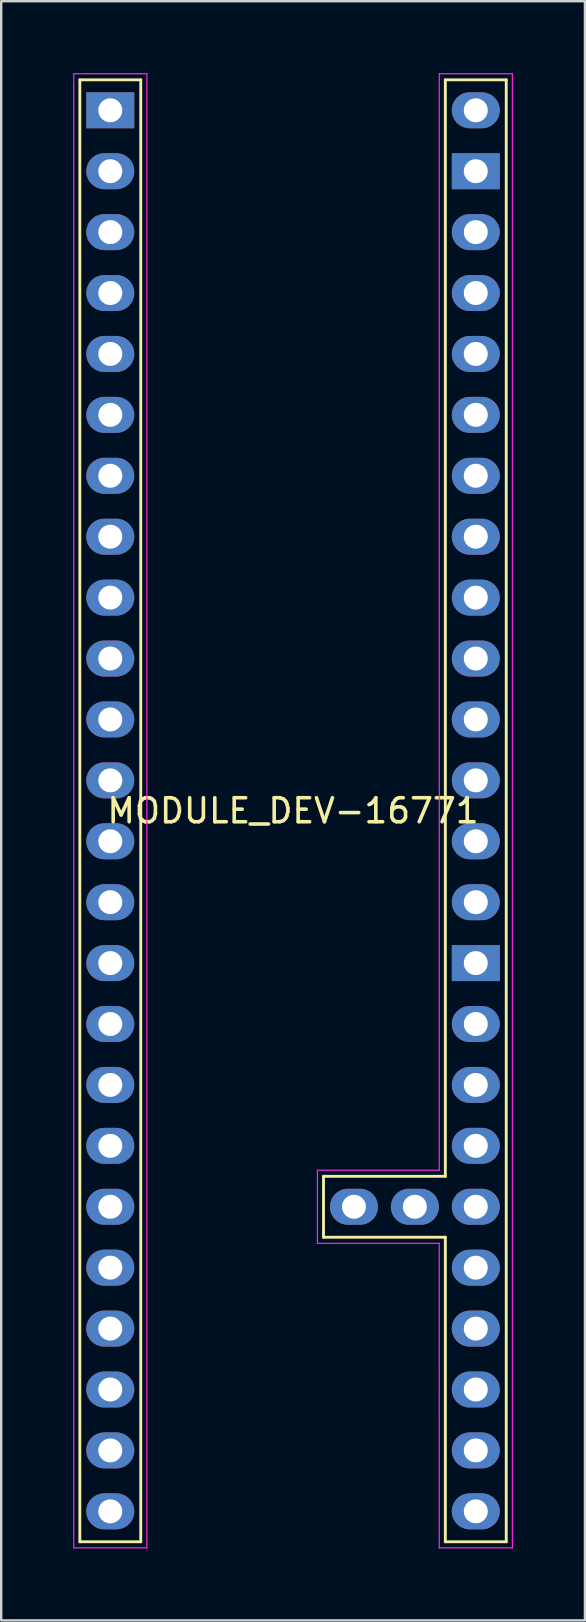
<source format=kicad_pcb>
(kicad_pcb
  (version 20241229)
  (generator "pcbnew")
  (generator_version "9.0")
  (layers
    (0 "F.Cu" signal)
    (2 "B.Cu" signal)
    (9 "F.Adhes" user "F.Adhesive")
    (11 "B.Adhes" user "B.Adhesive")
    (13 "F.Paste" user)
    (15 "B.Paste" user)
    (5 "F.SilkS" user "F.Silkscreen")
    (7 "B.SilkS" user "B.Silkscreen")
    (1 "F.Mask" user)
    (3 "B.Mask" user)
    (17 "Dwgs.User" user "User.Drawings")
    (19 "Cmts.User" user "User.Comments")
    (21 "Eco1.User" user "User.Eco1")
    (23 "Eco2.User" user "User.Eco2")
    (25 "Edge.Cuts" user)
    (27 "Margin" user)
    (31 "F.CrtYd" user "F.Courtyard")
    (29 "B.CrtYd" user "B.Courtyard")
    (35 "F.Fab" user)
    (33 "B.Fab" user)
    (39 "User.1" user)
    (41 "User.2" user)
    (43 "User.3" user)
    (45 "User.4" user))
  (footprint "MODULE_DEV-16771"
    (layer "F.Cu")
    (at 9.169 30.759)
    (property "Reference" "MODULE_DEV-16771" (at 0 0 0) (layer "F.SilkS") (effects (font (size 1 1) (thickness 0.15))))
    (attr through_hole)
    (fp_line (start -8.89 -30.48) (end -8.89 30.48) (stroke (width 0.12) (type default)) (layer "F.SilkS"))
    (fp_line (start -8.89 30.48) (end -6.35 30.48) (stroke (width 0.12) (type default)) (layer "F.SilkS"))
    (fp_line (start -6.35 -30.48) (end -8.89 -30.48) (stroke (width 0.12) (type default)) (layer "F.SilkS"))
    (fp_line (start -6.35 30.48) (end -6.35 -30.48) (stroke (width 0.12) (type default)) (layer "F.SilkS"))
    (fp_line (start 1.27 17.78) (end 1.27 15.24) (stroke (width 0.12) (type default)) (layer "F.SilkS"))
    (fp_line (start 1.27 17.78) (end 6.35 17.78) (stroke (width 0.12) (type default)) (layer "F.SilkS"))
    (fp_line (start 6.35 -30.48) (end 6.35 15.24) (stroke (width 0.12) (type default)) (layer "F.SilkS"))
    (fp_line (start 6.35 15.24) (end 1.27 15.24) (stroke (width 0.12) (type default)) (layer "F.SilkS"))
    (fp_line (start 6.35 17.78) (end 6.35 30.48) (stroke (width 0.12) (type default)) (layer "F.SilkS"))
    (fp_line (start 6.35 30.48) (end 8.89 30.48) (stroke (width 0.12) (type default)) (layer "F.SilkS"))
    (fp_line (start 8.89 -30.48) (end 6.35 -30.48) (stroke (width 0.12) (type default)) (layer "F.SilkS"))
    (fp_line (start 8.89 30.48) (end 8.89 -30.48) (stroke (width 0.12) (type default)) (layer "F.SilkS"))
    (fp_line (start -9.144 -30.734) (end -6.096 -30.734) (stroke (width 0.05) (type default)) (layer "F.CrtYd"))
    (fp_line (start -9.144 30.734) (end -9.144 -30.734) (stroke (width 0.05) (type default)) (layer "F.CrtYd"))
    (fp_line (start -6.096 -30.734) (end -6.096 30.734) (stroke (width 0.05) (type default)) (layer "F.CrtYd"))
    (fp_line (start -6.096 30.734) (end -9.144 30.734) (stroke (width 0.05) (type default)) (layer "F.CrtYd"))
    (fp_line (start 1.016 14.986) (end 1.016 18.034) (stroke (width 0.05) (type default)) (layer "F.CrtYd"))
    (fp_line (start 1.016 14.986) (end 6.098 14.986) (stroke (width 0.05) (type default)) (layer "F.CrtYd"))
    (fp_line (start 6.096 18.034) (end 1.016 18.034) (stroke (width 0.05) (type default)) (layer "F.CrtYd"))
    (fp_line (start 6.098 -30.734) (end 9.146 -30.734) (stroke (width 0.05) (type default)) (layer "F.CrtYd"))
    (fp_line (start 6.098 14.986) (end 6.098 -30.734) (stroke (width 0.05) (type default)) (layer "F.CrtYd"))
    (fp_line (start 6.098 30.734) (end 6.096 18.034) (stroke (width 0.05) (type default)) (layer "F.CrtYd"))
    (fp_line (start 9.146 -30.734) (end 9.146 30.734) (stroke (width 0.05) (type default)) (layer "F.CrtYd"))
    (fp_line (start 9.146 30.734) (end 6.098 30.734) (stroke (width 0.05) (type default)) (layer "F.CrtYd"))
    (pad "0" thru_hole oval (at -7.62 -26.67) (size 2 1.5) (drill 1) (layers "*.Cu" "*.Mask"))
    (pad "1" thru_hole oval (at -7.62 -24.13) (size 2 1.5) (drill 1) (layers "*.Cu" "*.Mask"))
    (pad "2" thru_hole oval (at -7.62 -21.59) (size 2 1.5) (drill 1) (layers "*.Cu" "*.Mask"))
    (pad "3" thru_hole oval (at -7.62 -19.05) (size 2 1.5) (drill 1) (layers "*.Cu" "*.Mask"))
    (pad "3.3V" thru_hole oval (at -7.62 6.35) (size 2 1.5) (drill 1) (layers "*.Cu" "*.Mask"))
    (pad "3.3V" thru_hole oval (at 7.62 -24.13) (size 2 1.5) (drill 1) (layers "*.Cu" "*.Mask"))
    (pad "4" thru_hole oval (at -7.62 -16.51) (size 2 1.5) (drill 1) (layers "*.Cu" "*.Mask"))
    (pad "5" thru_hole oval (at -7.62 -13.97) (size 2 1.5) (drill 1) (layers "*.Cu" "*.Mask"))
    (pad "6" thru_hole oval (at -7.62 -11.43) (size 2 1.5) (drill 1) (layers "*.Cu" "*.Mask"))
    (pad "7" thru_hole oval (at -7.62 -8.89) (size 2 1.5) (drill 1) (layers "*.Cu" "*.Mask"))
    (pad "8" thru_hole oval (at -7.62 -6.35) (size 2 1.5) (drill 1) (layers "*.Cu" "*.Mask"))
    (pad "9" thru_hole oval (at -7.62 -3.81) (size 2 1.5) (drill 1) (layers "*.Cu" "*.Mask"))
    (pad "10" thru_hole oval (at -7.62 -1.27) (size 2 1.5) (drill 1) (layers "*.Cu" "*.Mask"))
    (pad "11" thru_hole oval (at -7.62 1.27) (size 2 1.5) (drill 1) (layers "*.Cu" "*.Mask"))
    (pad "12" thru_hole oval (at -7.62 3.81) (size 2 1.5) (drill 1) (layers "*.Cu" "*.Mask"))
    (pad "13" thru_hole oval (at 7.62 3.81) (size 2 1.5) (drill 1) (layers "*.Cu" "*.Mask"))
    (pad "14" thru_hole oval (at 7.62 1.27) (size 2 1.5) (drill 1) (layers "*.Cu" "*.Mask"))
    (pad "15" thru_hole oval (at 7.62 -1.27) (size 2 1.5) (drill 1) (layers "*.Cu" "*.Mask"))
    (pad "16" thru_hole oval (at 7.62 -3.81) (size 2 1.5) (drill 1) (layers "*.Cu" "*.Mask"))
    (pad "17" thru_hole oval (at 7.62 -6.35) (size 2 1.5) (drill 1) (layers "*.Cu" "*.Mask"))
    (pad "18" thru_hole oval (at 7.62 -8.89) (size 2 1.5) (drill 1) (layers "*.Cu" "*.Mask"))
    (pad "19" thru_hole oval (at 7.62 -11.43) (size 2 1.5) (drill 1) (layers "*.Cu" "*.Mask"))
    (pad "20" thru_hole oval (at 7.62 -13.97) (size 2 1.5) (drill 1) (layers "*.Cu" "*.Mask"))
    (pad "21" thru_hole oval (at 7.62 -16.51) (size 2 1.5) (drill 1) (layers "*.Cu" "*.Mask"))
    (pad "22" thru_hole oval (at 7.62 -19.05) (size 2 1.5) (drill 1) (layers "*.Cu" "*.Mask"))
    (pad "23" thru_hole oval (at 7.62 -21.59) (size 2 1.5) (drill 1) (layers "*.Cu" "*.Mask"))
    (pad "24" thru_hole oval (at -7.62 8.89) (size 2 1.5) (drill 1) (layers "*.Cu" "*.Mask"))
    (pad "25" thru_hole oval (at -7.62 11.43) (size 2 1.5) (drill 1) (layers "*.Cu" "*.Mask"))
    (pad "26" thru_hole oval (at -7.62 13.97) (size 2 1.5) (drill 1) (layers "*.Cu" "*.Mask"))
    (pad "27" thru_hole oval (at -7.62 16.51) (size 2 1.5) (drill 1) (layers "*.Cu" "*.Mask"))
    (pad "28" thru_hole oval (at -7.62 19.05) (size 2 1.5) (drill 1) (layers "*.Cu" "*.Mask"))
    (pad "29" thru_hole oval (at -7.62 21.59) (size 2 1.5) (drill 1) (layers "*.Cu" "*.Mask"))
    (pad "30" thru_hole oval (at -7.62 24.13) (size 2 1.5) (drill 1) (layers "*.Cu" "*.Mask"))
    (pad "31" thru_hole oval (at -7.62 26.67) (size 2 1.5) (drill 1) (layers "*.Cu" "*.Mask"))
    (pad "32" thru_hole oval (at -7.62 29.21) (size 2 1.5) (drill 1) (layers "*.Cu" "*.Mask"))
    (pad "33" thru_hole oval (at 7.62 29.21) (size 2 1.5) (drill 1) (layers "*.Cu" "*.Mask"))
    (pad "34" thru_hole oval (at 7.62 26.67) (size 2 1.5) (drill 1) (layers "*.Cu" "*.Mask"))
    (pad "35" thru_hole oval (at 7.62 24.13) (size 2 1.5) (drill 1) (layers "*.Cu" "*.Mask"))
    (pad "36" thru_hole oval (at 7.62 21.59) (size 2 1.5) (drill 1) (layers "*.Cu" "*.Mask"))
    (pad "37" thru_hole oval (at 7.62 19.05) (size 2 1.5) (drill 1) (layers "*.Cu" "*.Mask"))
    (pad "38" thru_hole oval (at 7.62 16.51) (size 2 1.5) (drill 1) (layers "*.Cu" "*.Mask"))
    (pad "39" thru_hole oval (at 7.62 13.97) (size 2 1.5) (drill 1) (layers "*.Cu" "*.Mask"))
    (pad "40" thru_hole oval (at 7.62 11.43) (size 2 1.5) (drill 1) (layers "*.Cu" "*.Mask"))
    (pad "41" thru_hole oval (at 7.62 8.89) (size 2 1.5) (drill 1) (layers "*.Cu" "*.Mask"))
    (pad "GND" thru_hole rect (at -7.62 -29.21) (size 2 1.5) (drill 1) (layers "*.Cu" "*.Mask"))
    (pad "GND" thru_hole rect (at 7.62 -26.67) (size 2 1.5) (drill 1) (layers "*.Cu" "*.Mask"))
    (pad "GND" thru_hole rect (at 7.62 6.35) (size 2 1.5) (drill 1) (layers "*.Cu" "*.Mask"))
    (pad "ON/OFF" thru_hole oval (at 5.08 16.51) (size 2 1.5) (drill 1) (layers "*.Cu" "*.Mask"))
    (pad "Program" thru_hole oval (at 2.54 16.51) (size 2 1.5) (drill 1) (layers "*.Cu" "*.Mask"))
    (pad "VIN" thru_hole oval (at 7.62 -29.21) (size 2 1.5) (drill 1) (layers "*.Cu" "*.Mask")))
  (gr_rect
    (start -3 -3)
    (end 21.34 64.518)
    (stroke (width 0.1) (type default))
    (fill no)
    (layer "Edge.Cuts")))
</source>
